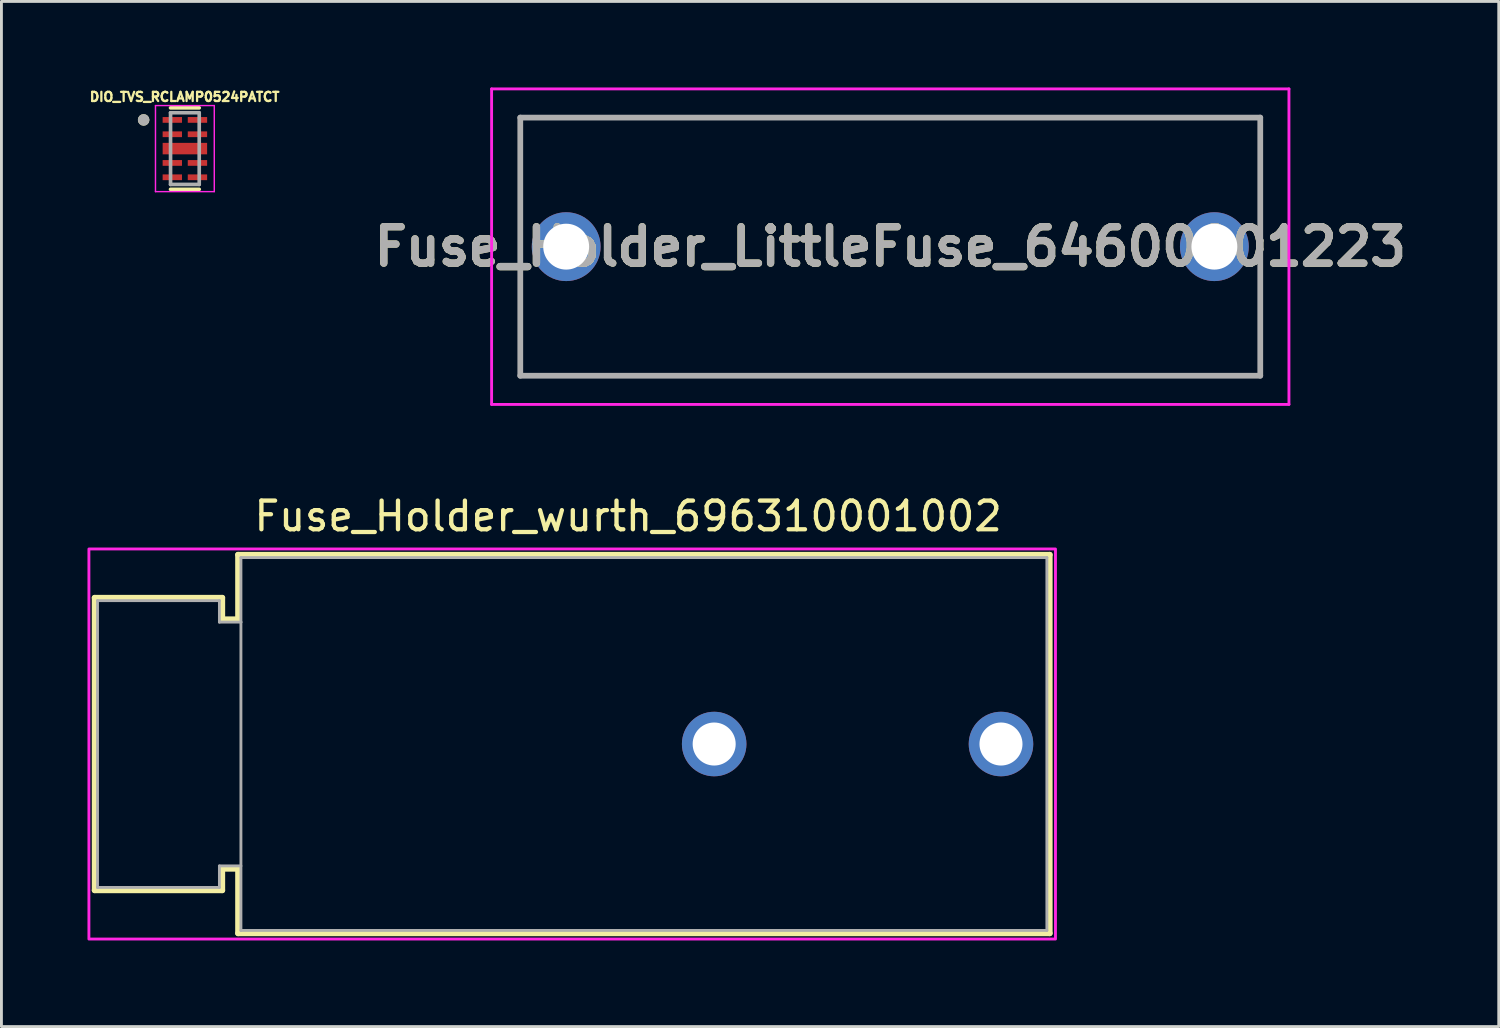
<source format=kicad_pcb>
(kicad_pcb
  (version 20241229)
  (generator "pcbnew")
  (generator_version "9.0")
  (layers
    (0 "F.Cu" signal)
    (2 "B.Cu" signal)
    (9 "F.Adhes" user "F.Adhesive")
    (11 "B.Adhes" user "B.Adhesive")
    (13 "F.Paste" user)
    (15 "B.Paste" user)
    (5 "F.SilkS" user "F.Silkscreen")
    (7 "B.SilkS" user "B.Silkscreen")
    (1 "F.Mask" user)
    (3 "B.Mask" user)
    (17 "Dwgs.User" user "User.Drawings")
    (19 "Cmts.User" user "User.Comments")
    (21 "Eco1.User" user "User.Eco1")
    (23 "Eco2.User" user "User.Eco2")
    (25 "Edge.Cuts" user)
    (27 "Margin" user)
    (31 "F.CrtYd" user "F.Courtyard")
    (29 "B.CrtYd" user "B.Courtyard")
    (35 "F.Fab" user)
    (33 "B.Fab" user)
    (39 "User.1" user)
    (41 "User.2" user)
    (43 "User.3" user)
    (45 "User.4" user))
  (footprint "Fuse_Holder_wurth_696310001002"
    (layer "F.Cu")
    (at 26.85 22.891)
    (property "Reference" "Fuse_Holder_wurth_696310001002" (at -8 -7.943 0) (layer "F.SilkS") (effects (font (size 1 1) (thickness 0.15))))
    (attr through_hole)
    (fp_line (start -26.6 -5.1) (end -22.15 -5.1) (stroke (width 0.2) (type solid)) (layer "F.SilkS"))
    (fp_line (start -26.6 5.1) (end -26.6 -5.1) (stroke (width 0.2) (type solid)) (layer "F.SilkS"))
    (fp_line (start -22.15 -5.1) (end -22.15 -4.35) (stroke (width 0.2) (type solid)) (layer "F.SilkS"))
    (fp_line (start -22.15 -4.35) (end -21.6 -4.35) (stroke (width 0.2) (type solid)) (layer "F.SilkS"))
    (fp_line (start -22.15 4.35) (end -22.15 5.1) (stroke (width 0.2) (type solid)) (layer "F.SilkS"))
    (fp_line (start -22.15 5.1) (end -26.6 5.1) (stroke (width 0.2) (type solid)) (layer "F.SilkS"))
    (fp_line (start -21.6 -6.6) (end 6.7 -6.6) (stroke (width 0.2) (type solid)) (layer "F.SilkS"))
    (fp_line (start -21.6 -4.35) (end -21.6 -6.6) (stroke (width 0.2) (type solid)) (layer "F.SilkS"))
    (fp_line (start -21.6 4.35) (end -22.15 4.35) (stroke (width 0.2) (type solid)) (layer "F.SilkS"))
    (fp_line (start -21.6 6.6) (end -21.6 4.35) (stroke (width 0.2) (type solid)) (layer "F.SilkS"))
    (fp_line (start 6.7 -6.6) (end 6.7 6.6) (stroke (width 0.2) (type solid)) (layer "F.SilkS"))
    (fp_line (start 6.7 6.6) (end -21.6 6.6) (stroke (width 0.2) (type solid)) (layer "F.SilkS"))
    (fp_poly (pts (xy -26.8 -6.8) (xy 6.9 -6.8) (xy 6.9 6.8) (xy -26.8 6.8)) (stroke (width 0.1) (type solid)) (fill no) (layer "F.CrtYd"))
    (fp_line (start -26.5 -5) (end -22.25 -5) (stroke (width 0.1) (type solid)) (layer "F.Fab"))
    (fp_line (start -26.5 5) (end -26.5 -5) (stroke (width 0.1) (type solid)) (layer "F.Fab"))
    (fp_line (start -26.5 5) (end -22.25 5) (stroke (width 0.1) (type solid)) (layer "F.Fab"))
    (fp_line (start -22.25 -4.25) (end -22.25 -5) (stroke (width 0.1) (type solid)) (layer "F.Fab"))
    (fp_line (start -22.25 -4.25) (end -21.5 -4.25) (stroke (width 0.1) (type solid)) (layer "F.Fab"))
    (fp_line (start -22.25 4.25) (end -21.5 4.25) (stroke (width 0.1) (type solid)) (layer "F.Fab"))
    (fp_line (start -22.25 5) (end -22.25 4.25) (stroke (width 0.1) (type solid)) (layer "F.Fab"))
    (fp_line (start -21.5 -6.5) (end 6.6 -6.5) (stroke (width 0.1) (type solid)) (layer "F.Fab"))
    (fp_line (start -21.5 -4.25) (end -21.5 -6.5) (stroke (width 0.1) (type solid)) (layer "F.Fab"))
    (fp_line (start -21.5 6.5) (end -21.5 -4.25) (stroke (width 0.1) (type solid)) (layer "F.Fab"))
    (fp_line (start 6.6 6.5) (end -21.5 6.5) (stroke (width 0.1) (type solid)) (layer "F.Fab"))
    (fp_line (start 6.6 6.5) (end 6.6 -6.5) (stroke (width 0.1) (type solid)) (layer "F.Fab"))
    (pad "1" thru_hole circle (at -5 0) (size 2.25 2.25) (drill 1.5) (layers "*.Cu" "*.Mask"))
    (pad "2" thru_hole circle (at 5 0) (size 2.25 2.25) (drill 1.5) (layers "*.Cu" "*.Mask")))
  (footprint "DIO_TVS_RCLAMP0524PATCT"
    (layer "F.Cu")
    (at 3.396 2.131)
    (property "Reference" "DIO_TVS_RCLAMP0524PATCT" (at -0.009 -1.803 0) (layer "F.SilkS") (effects (font (size 0.32 0.32) (thickness 0.15))))
    (attr smd)
    (fp_line (start -0.5 -1.42) (end 0.5 -1.42) (stroke (width 0.127) (type solid)) (layer "F.SilkS"))
    (fp_line (start 0.5 1.42) (end -0.5 1.42) (stroke (width 0.127) (type solid)) (layer "F.SilkS"))
    (fp_circle (center -1.438 -1) (end -1.337 -1) (stroke (width 0.2) (type solid)) (fill no) (layer "F.SilkS"))
    (fp_line (start -1.025 -1.5) (end -1.025 1.5) (stroke (width 0.05) (type solid)) (layer "F.CrtYd"))
    (fp_line (start -1.025 1.5) (end 1.025 1.5) (stroke (width 0.05) (type solid)) (layer "F.CrtYd"))
    (fp_line (start 1.025 -1.5) (end -1.025 -1.5) (stroke (width 0.05) (type solid)) (layer "F.CrtYd"))
    (fp_line (start 1.025 1.5) (end 1.025 -1.5) (stroke (width 0.05) (type solid)) (layer "F.CrtYd"))
    (fp_line (start -0.5 -1.25) (end 0.5 -1.25) (stroke (width 0.127) (type solid)) (layer "F.Fab"))
    (fp_line (start -0.5 1.25) (end -0.5 -1.25) (stroke (width 0.127) (type solid)) (layer "F.Fab"))
    (fp_line (start 0.5 -1.25) (end 0.5 1.25) (stroke (width 0.127) (type solid)) (layer "F.Fab"))
    (fp_line (start 0.5 1.25) (end -0.5 1.25) (stroke (width 0.127) (type solid)) (layer "F.Fab"))
    (fp_circle (center -1.438 -1) (end -1.337 -1) (stroke (width 0.2) (type solid)) (fill no) (layer "F.Fab"))
    (pad "1" smd rect (at -0.438 -1) (size 0.675 0.2) (layers "F.Cu" "F.Mask" "F.Paste"))
    (pad "2" smd rect (at -0.438 -0.5) (size 0.675 0.2) (layers "F.Cu" "F.Mask" "F.Paste"))
    (pad "3_8" smd rect (at 0 0) (size 1.55 0.4) (layers "F.Cu" "F.Mask" "F.Paste"))
    (pad "4" smd rect (at -0.438 0.5) (size 0.675 0.2) (layers "F.Cu" "F.Mask" "F.Paste"))
    (pad "5" smd rect (at -0.438 1) (size 0.675 0.2) (layers "F.Cu" "F.Mask" "F.Paste"))
    (pad "6" smd rect (at 0.438 1) (size 0.675 0.2) (layers "F.Cu" "F.Mask" "F.Paste"))
    (pad "7" smd rect (at 0.438 0.5) (size 0.675 0.2) (layers "F.Cu" "F.Mask" "F.Paste"))
    (pad "9" smd rect (at 0.438 -0.5) (size 0.675 0.2) (layers "F.Cu" "F.Mask" "F.Paste"))
    (pad "10" smd rect (at 0.438 -1) (size 0.675 0.2) (layers "F.Cu" "F.Mask" "F.Paste")))
  (footprint "Fuse_Holder_LittleFuse_64600001223"
    (layer "F.Cu")
    (at 16.69 5.55)
    (property "Reference" "Fuse_Holder_LittleFuse_64600001223" (at 11.3 0 0) (layer "F.SilkS") (effects (font (size 1.27 1.27) (thickness 0.254))))
    (attr through_hole)
    (fp_line (start -1.6 -4.5) (end 24.2 -4.5) (stroke (width 0.1) (type solid)) (layer "F.SilkS"))
    (fp_line (start -1.6 4.5) (end -1.6 -4.5) (stroke (width 0.1) (type solid)) (layer "F.SilkS"))
    (fp_line (start 24.2 -4.5) (end 24.2 4.5) (stroke (width 0.1) (type solid)) (layer "F.SilkS"))
    (fp_line (start 24.2 4.5) (end -1.6 4.5) (stroke (width 0.1) (type solid)) (layer "F.SilkS"))
    (fp_line (start -2.6 -5.5) (end 25.2 -5.5) (stroke (width 0.1) (type solid)) (layer "F.CrtYd"))
    (fp_line (start -2.6 5.5) (end -2.6 -5.5) (stroke (width 0.1) (type solid)) (layer "F.CrtYd"))
    (fp_line (start 25.2 -5.5) (end 25.2 5.5) (stroke (width 0.1) (type solid)) (layer "F.CrtYd"))
    (fp_line (start 25.2 5.5) (end -2.6 5.5) (stroke (width 0.1) (type solid)) (layer "F.CrtYd"))
    (fp_line (start -1.6 -4.5) (end 24.2 -4.5) (stroke (width 0.2) (type solid)) (layer "F.Fab"))
    (fp_line (start -1.6 4.5) (end -1.6 -4.5) (stroke (width 0.2) (type solid)) (layer "F.Fab"))
    (fp_line (start 24.2 -4.5) (end 24.2 4.5) (stroke (width 0.2) (type solid)) (layer "F.Fab"))
    (fp_line (start 24.2 4.5) (end -1.6 4.5) (stroke (width 0.2) (type solid)) (layer "F.Fab"))
    (fp_text user "${REFERENCE}" (at 11.3 0 0) (layer "F.Fab") (effects (font (size 1.27 1.27) (thickness 0.254))))
    (pad "1" thru_hole circle (at 0 0) (size 2.4 2.4) (drill 1.6) (layers "*.Cu" "*.Mask"))
    (pad "2" thru_hole circle (at 22.6 0) (size 2.4 2.4) (drill 1.6) (layers "*.Cu" "*.Mask")))
  (gr_rect
    (start -3 -3)
    (end 49.205 32.741)
    (stroke (width 0.1) (type default))
    (fill no)
    (layer "Edge.Cuts")))
</source>
